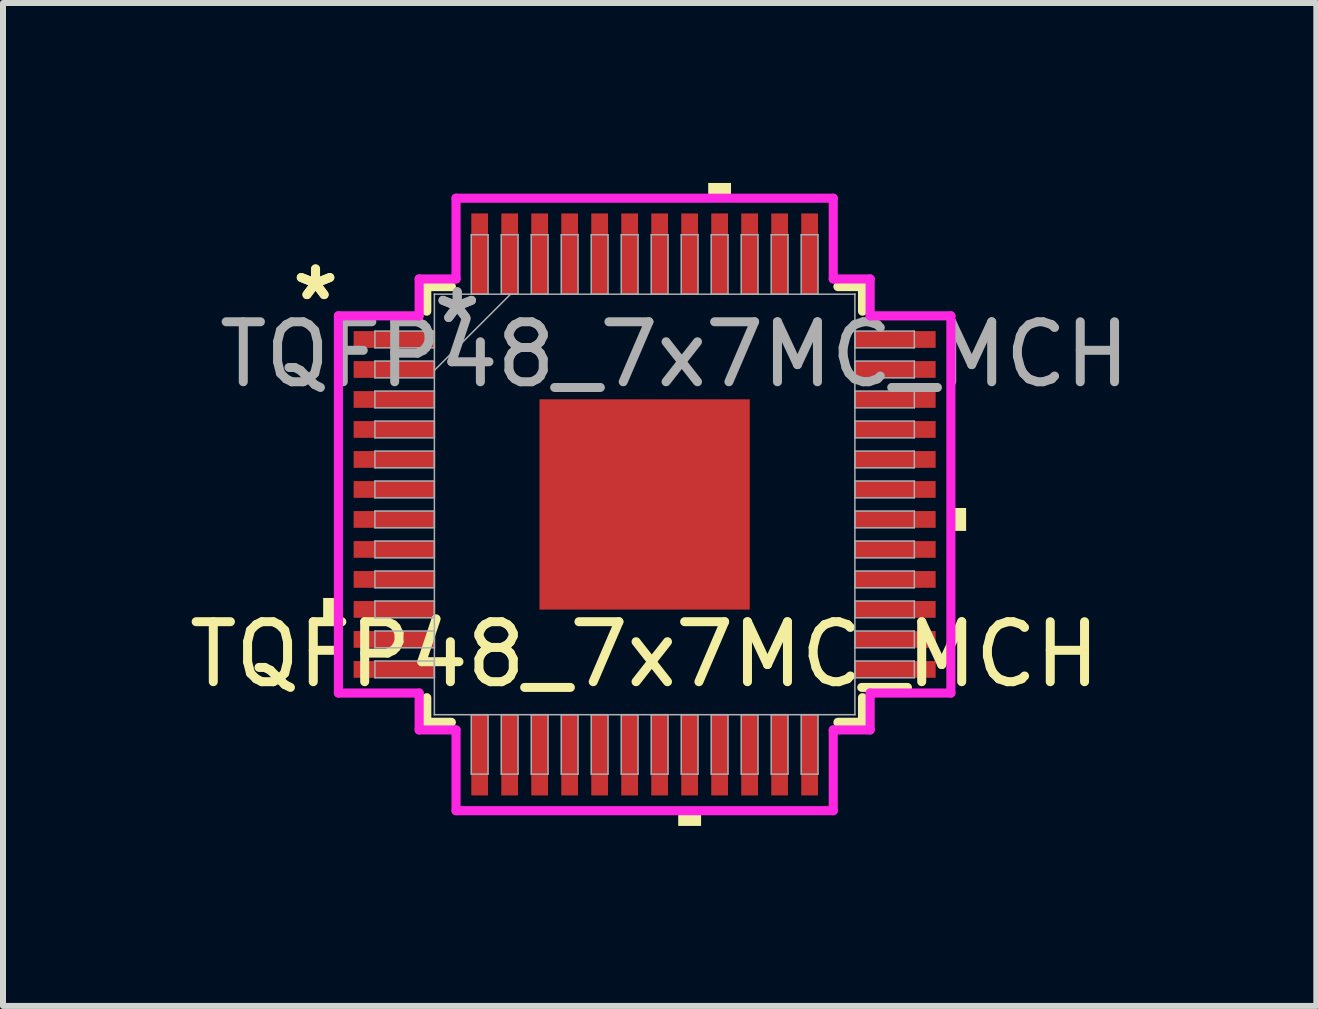
<source format=kicad_pcb>
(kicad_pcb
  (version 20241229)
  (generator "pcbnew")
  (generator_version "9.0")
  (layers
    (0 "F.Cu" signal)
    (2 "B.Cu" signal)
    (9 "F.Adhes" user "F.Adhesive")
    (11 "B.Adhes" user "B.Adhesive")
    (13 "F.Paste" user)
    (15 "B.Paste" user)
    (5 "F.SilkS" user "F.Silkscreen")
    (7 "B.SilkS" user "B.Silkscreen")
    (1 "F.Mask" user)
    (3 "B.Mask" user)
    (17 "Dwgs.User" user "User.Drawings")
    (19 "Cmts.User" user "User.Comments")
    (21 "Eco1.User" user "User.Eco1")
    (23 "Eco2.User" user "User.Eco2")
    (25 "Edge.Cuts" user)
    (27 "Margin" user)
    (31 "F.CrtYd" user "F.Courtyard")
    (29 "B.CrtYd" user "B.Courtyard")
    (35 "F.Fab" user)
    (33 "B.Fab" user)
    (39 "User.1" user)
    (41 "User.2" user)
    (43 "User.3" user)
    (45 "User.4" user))
  (footprint "TQFP48_7x7MC_MCH"
    (layer "F.Cu")
    (at 7.696 5.359)
    (property "Reference" "TQFP48_7x7MC_MCH" (at 0 2.5 0) (unlocked yes) (layer "F.SilkS") (effects (font (size 1 1) (thickness 0.15))))
    (attr smd)
    (fp_line (start -3.632 -3.632) (end -3.632 -3.222) (stroke (width 0.152) (type solid)) (layer "F.SilkS"))
    (fp_line (start -3.632 3.222) (end -3.632 3.632) (stroke (width 0.152) (type solid)) (layer "F.SilkS"))
    (fp_line (start -3.632 3.632) (end -3.222 3.632) (stroke (width 0.152) (type solid)) (layer "F.SilkS"))
    (fp_line (start -3.222 -3.632) (end -3.632 -3.632) (stroke (width 0.152) (type solid)) (layer "F.SilkS"))
    (fp_line (start 3.222 3.632) (end 3.632 3.632) (stroke (width 0.152) (type solid)) (layer "F.SilkS"))
    (fp_line (start 3.632 -3.632) (end 3.222 -3.632) (stroke (width 0.152) (type solid)) (layer "F.SilkS"))
    (fp_line (start 3.632 -3.222) (end 3.632 -3.632) (stroke (width 0.152) (type solid)) (layer "F.SilkS"))
    (fp_line (start 3.632 3.632) (end 3.632 3.222) (stroke (width 0.152) (type solid)) (layer "F.SilkS"))
    (fp_poly (pts (xy -5.359 1.559) (xy -5.359 1.94) (xy -5.105 1.94) (xy -5.105 1.559)) (stroke (width 0) (type solid)) (fill yes) (layer "F.SilkS"))
    (fp_poly (pts (xy 0.56 5.105) (xy 0.56 5.359) (xy 0.941 5.359) (xy 0.941 5.105)) (stroke (width 0) (type solid)) (fill yes) (layer "F.SilkS"))
    (fp_poly (pts (xy 1.06 -5.105) (xy 1.06 -5.359) (xy 1.44 -5.359) (xy 1.44 -5.105)) (stroke (width 0) (type solid)) (fill yes) (layer "F.SilkS"))
    (fp_poly (pts (xy 5.359 0.059) (xy 5.359 0.441) (xy 5.105 0.441) (xy 5.105 0.059)) (stroke (width 0) (type solid)) (fill yes) (layer "F.SilkS"))
    (fp_poly (pts (xy -1.653 -1.653) (xy -1.653 -0.1) (xy -0.1 -0.1) (xy -0.1 -1.653)) (stroke (width 0) (type solid)) (fill yes) (layer "F.Paste"))
    (fp_poly (pts (xy -1.653 0.1) (xy -1.653 1.653) (xy -0.1 1.653) (xy -0.1 0.1)) (stroke (width 0) (type solid)) (fill yes) (layer "F.Paste"))
    (fp_poly (pts (xy 0.1 -1.653) (xy 0.1 -0.1) (xy 1.653 -0.1) (xy 1.653 -1.653)) (stroke (width 0) (type solid)) (fill yes) (layer "F.Paste"))
    (fp_poly (pts (xy 0.1 0.1) (xy 0.1 1.653) (xy 1.653 1.653) (xy 1.653 0.1)) (stroke (width 0) (type solid)) (fill yes) (layer "F.Paste"))
    (fp_line (start -5.105 -3.144) (end -3.759 -3.144) (stroke (width 0.152) (type solid)) (layer "F.CrtYd"))
    (fp_line (start -5.105 3.144) (end -5.105 -3.144) (stroke (width 0.152) (type solid)) (layer "F.CrtYd"))
    (fp_line (start -3.759 -3.759) (end -3.144 -3.759) (stroke (width 0.152) (type solid)) (layer "F.CrtYd"))
    (fp_line (start -3.759 -3.144) (end -3.759 -3.759) (stroke (width 0.152) (type solid)) (layer "F.CrtYd"))
    (fp_line (start -3.759 3.144) (end -5.105 3.144) (stroke (width 0.152) (type solid)) (layer "F.CrtYd"))
    (fp_line (start -3.759 3.759) (end -3.759 3.144) (stroke (width 0.152) (type solid)) (layer "F.CrtYd"))
    (fp_line (start -3.759 3.759) (end -3.144 3.759) (stroke (width 0.152) (type solid)) (layer "F.CrtYd"))
    (fp_line (start -3.144 -5.105) (end 3.144 -5.105) (stroke (width 0.152) (type solid)) (layer "F.CrtYd"))
    (fp_line (start -3.144 -3.759) (end -3.144 -5.105) (stroke (width 0.152) (type solid)) (layer "F.CrtYd"))
    (fp_line (start -3.144 3.759) (end -3.144 5.105) (stroke (width 0.152) (type solid)) (layer "F.CrtYd"))
    (fp_line (start -3.144 5.105) (end 3.144 5.105) (stroke (width 0.152) (type solid)) (layer "F.CrtYd"))
    (fp_line (start 3.144 -5.105) (end 3.144 -3.759) (stroke (width 0.152) (type solid)) (layer "F.CrtYd"))
    (fp_line (start 3.144 -3.759) (end 3.759 -3.759) (stroke (width 0.152) (type solid)) (layer "F.CrtYd"))
    (fp_line (start 3.144 3.759) (end 3.759 3.759) (stroke (width 0.152) (type solid)) (layer "F.CrtYd"))
    (fp_line (start 3.144 5.105) (end 3.144 3.759) (stroke (width 0.152) (type solid)) (layer "F.CrtYd"))
    (fp_line (start 3.759 -3.144) (end 3.759 -3.759) (stroke (width 0.152) (type solid)) (layer "F.CrtYd"))
    (fp_line (start 3.759 3.144) (end 5.105 3.144) (stroke (width 0.152) (type solid)) (layer "F.CrtYd"))
    (fp_line (start 3.759 3.759) (end 3.759 3.144) (stroke (width 0.152) (type solid)) (layer "F.CrtYd"))
    (fp_line (start 5.105 -3.144) (end 3.759 -3.144) (stroke (width 0.152) (type solid)) (layer "F.CrtYd"))
    (fp_line (start 5.105 3.144) (end 5.105 -3.144) (stroke (width 0.152) (type solid)) (layer "F.CrtYd"))
    (fp_line (start -4.496 -2.89) (end -4.496 -2.61) (stroke (width 0.025) (type solid)) (layer "F.Fab"))
    (fp_line (start -4.496 -2.61) (end -3.505 -2.61) (stroke (width 0.025) (type solid)) (layer "F.Fab"))
    (fp_line (start -4.496 -2.39) (end -4.496 -2.11) (stroke (width 0.025) (type solid)) (layer "F.Fab"))
    (fp_line (start -4.496 -2.11) (end -3.505 -2.11) (stroke (width 0.025) (type solid)) (layer "F.Fab"))
    (fp_line (start -4.496 -1.89) (end -4.496 -1.61) (stroke (width 0.025) (type solid)) (layer "F.Fab"))
    (fp_line (start -4.496 -1.61) (end -3.505 -1.61) (stroke (width 0.025) (type solid)) (layer "F.Fab"))
    (fp_line (start -4.496 -1.39) (end -4.496 -1.11) (stroke (width 0.025) (type solid)) (layer "F.Fab"))
    (fp_line (start -4.496 -1.11) (end -3.505 -1.11) (stroke (width 0.025) (type solid)) (layer "F.Fab"))
    (fp_line (start -4.496 -0.89) (end -4.496 -0.61) (stroke (width 0.025) (type solid)) (layer "F.Fab"))
    (fp_line (start -4.496 -0.61) (end -3.505 -0.61) (stroke (width 0.025) (type solid)) (layer "F.Fab"))
    (fp_line (start -4.496 -0.39) (end -4.496 -0.11) (stroke (width 0.025) (type solid)) (layer "F.Fab"))
    (fp_line (start -4.496 -0.11) (end -3.505 -0.11) (stroke (width 0.025) (type solid)) (layer "F.Fab"))
    (fp_line (start -4.496 0.11) (end -4.496 0.39) (stroke (width 0.025) (type solid)) (layer "F.Fab"))
    (fp_line (start -4.496 0.39) (end -3.505 0.39) (stroke (width 0.025) (type solid)) (layer "F.Fab"))
    (fp_line (start -4.496 0.61) (end -4.496 0.89) (stroke (width 0.025) (type solid)) (layer "F.Fab"))
    (fp_line (start -4.496 0.89) (end -3.505 0.89) (stroke (width 0.025) (type solid)) (layer "F.Fab"))
    (fp_line (start -4.496 1.11) (end -4.496 1.39) (stroke (width 0.025) (type solid)) (layer "F.Fab"))
    (fp_line (start -4.496 1.39) (end -3.505 1.39) (stroke (width 0.025) (type solid)) (layer "F.Fab"))
    (fp_line (start -4.496 1.61) (end -4.496 1.89) (stroke (width 0.025) (type solid)) (layer "F.Fab"))
    (fp_line (start -4.496 1.89) (end -3.505 1.89) (stroke (width 0.025) (type solid)) (layer "F.Fab"))
    (fp_line (start -4.496 2.11) (end -4.496 2.39) (stroke (width 0.025) (type solid)) (layer "F.Fab"))
    (fp_line (start -4.496 2.39) (end -3.505 2.39) (stroke (width 0.025) (type solid)) (layer "F.Fab"))
    (fp_line (start -4.496 2.61) (end -4.496 2.89) (stroke (width 0.025) (type solid)) (layer "F.Fab"))
    (fp_line (start -4.496 2.89) (end -3.505 2.89) (stroke (width 0.025) (type solid)) (layer "F.Fab"))
    (fp_line (start -3.505 -3.505) (end -3.505 -3.505) (stroke (width 0.025) (type solid)) (layer "F.Fab"))
    (fp_line (start -3.505 -3.505) (end -3.505 3.505) (stroke (width 0.025) (type solid)) (layer "F.Fab"))
    (fp_line (start -3.505 -2.89) (end -4.496 -2.89) (stroke (width 0.025) (type solid)) (layer "F.Fab"))
    (fp_line (start -3.505 -2.61) (end -3.505 -2.89) (stroke (width 0.025) (type solid)) (layer "F.Fab"))
    (fp_line (start -3.505 -2.39) (end -4.496 -2.39) (stroke (width 0.025) (type solid)) (layer "F.Fab"))
    (fp_line (start -3.505 -2.235) (end -2.235 -3.505) (stroke (width 0.025) (type solid)) (layer "F.Fab"))
    (fp_line (start -3.505 -2.11) (end -3.505 -2.39) (stroke (width 0.025) (type solid)) (layer "F.Fab"))
    (fp_line (start -3.505 -1.89) (end -4.496 -1.89) (stroke (width 0.025) (type solid)) (layer "F.Fab"))
    (fp_line (start -3.505 -1.61) (end -3.505 -1.89) (stroke (width 0.025) (type solid)) (layer "F.Fab"))
    (fp_line (start -3.505 -1.39) (end -4.496 -1.39) (stroke (width 0.025) (type solid)) (layer "F.Fab"))
    (fp_line (start -3.505 -1.11) (end -3.505 -1.39) (stroke (width 0.025) (type solid)) (layer "F.Fab"))
    (fp_line (start -3.505 -0.89) (end -4.496 -0.89) (stroke (width 0.025) (type solid)) (layer "F.Fab"))
    (fp_line (start -3.505 -0.61) (end -3.505 -0.89) (stroke (width 0.025) (type solid)) (layer "F.Fab"))
    (fp_line (start -3.505 -0.39) (end -4.496 -0.39) (stroke (width 0.025) (type solid)) (layer "F.Fab"))
    (fp_line (start -3.505 -0.11) (end -3.505 -0.39) (stroke (width 0.025) (type solid)) (layer "F.Fab"))
    (fp_line (start -3.505 0.11) (end -4.496 0.11) (stroke (width 0.025) (type solid)) (layer "F.Fab"))
    (fp_line (start -3.505 0.39) (end -3.505 0.11) (stroke (width 0.025) (type solid)) (layer "F.Fab"))
    (fp_line (start -3.505 0.61) (end -4.496 0.61) (stroke (width 0.025) (type solid)) (layer "F.Fab"))
    (fp_line (start -3.505 0.89) (end -3.505 0.61) (stroke (width 0.025) (type solid)) (layer "F.Fab"))
    (fp_line (start -3.505 1.11) (end -4.496 1.11) (stroke (width 0.025) (type solid)) (layer "F.Fab"))
    (fp_line (start -3.505 1.39) (end -3.505 1.11) (stroke (width 0.025) (type solid)) (layer "F.Fab"))
    (fp_line (start -3.505 1.61) (end -4.496 1.61) (stroke (width 0.025) (type solid)) (layer "F.Fab"))
    (fp_line (start -3.505 1.89) (end -3.505 1.61) (stroke (width 0.025) (type solid)) (layer "F.Fab"))
    (fp_line (start -3.505 2.11) (end -4.496 2.11) (stroke (width 0.025) (type solid)) (layer "F.Fab"))
    (fp_line (start -3.505 2.39) (end -3.505 2.11) (stroke (width 0.025) (type solid)) (layer "F.Fab"))
    (fp_line (start -3.505 2.61) (end -4.496 2.61) (stroke (width 0.025) (type solid)) (layer "F.Fab"))
    (fp_line (start -3.505 2.89) (end -3.505 2.61) (stroke (width 0.025) (type solid)) (layer "F.Fab"))
    (fp_line (start -3.505 3.505) (end -3.505 3.505) (stroke (width 0.025) (type solid)) (layer "F.Fab"))
    (fp_line (start -3.505 3.505) (end 3.505 3.505) (stroke (width 0.025) (type solid)) (layer "F.Fab"))
    (fp_line (start -2.89 -4.496) (end -2.89 -3.505) (stroke (width 0.025) (type solid)) (layer "F.Fab"))
    (fp_line (start -2.89 -3.505) (end -2.61 -3.505) (stroke (width 0.025) (type solid)) (layer "F.Fab"))
    (fp_line (start -2.89 3.505) (end -2.89 4.496) (stroke (width 0.025) (type solid)) (layer "F.Fab"))
    (fp_line (start -2.89 4.496) (end -2.61 4.496) (stroke (width 0.025) (type solid)) (layer "F.Fab"))
    (fp_line (start -2.61 -4.496) (end -2.89 -4.496) (stroke (width 0.025) (type solid)) (layer "F.Fab"))
    (fp_line (start -2.61 -3.505) (end -2.61 -4.496) (stroke (width 0.025) (type solid)) (layer "F.Fab"))
    (fp_line (start -2.61 3.505) (end -2.89 3.505) (stroke (width 0.025) (type solid)) (layer "F.Fab"))
    (fp_line (start -2.61 4.496) (end -2.61 3.505) (stroke (width 0.025) (type solid)) (layer "F.Fab"))
    (fp_line (start -2.39 -4.496) (end -2.39 -3.505) (stroke (width 0.025) (type solid)) (layer "F.Fab"))
    (fp_line (start -2.39 -3.505) (end -2.11 -3.505) (stroke (width 0.025) (type solid)) (layer "F.Fab"))
    (fp_line (start -2.39 3.505) (end -2.39 4.496) (stroke (width 0.025) (type solid)) (layer "F.Fab"))
    (fp_line (start -2.39 4.496) (end -2.11 4.496) (stroke (width 0.025) (type solid)) (layer "F.Fab"))
    (fp_line (start -2.11 -4.496) (end -2.39 -4.496) (stroke (width 0.025) (type solid)) (layer "F.Fab"))
    (fp_line (start -2.11 -3.505) (end -2.11 -4.496) (stroke (width 0.025) (type solid)) (layer "F.Fab"))
    (fp_line (start -2.11 3.505) (end -2.39 3.505) (stroke (width 0.025) (type solid)) (layer "F.Fab"))
    (fp_line (start -2.11 4.496) (end -2.11 3.505) (stroke (width 0.025) (type solid)) (layer "F.Fab"))
    (fp_line (start -1.89 -4.496) (end -1.89 -3.505) (stroke (width 0.025) (type solid)) (layer "F.Fab"))
    (fp_line (start -1.89 -3.505) (end -1.61 -3.505) (stroke (width 0.025) (type solid)) (layer "F.Fab"))
    (fp_line (start -1.89 3.505) (end -1.89 4.496) (stroke (width 0.025) (type solid)) (layer "F.Fab"))
    (fp_line (start -1.89 4.496) (end -1.61 4.496) (stroke (width 0.025) (type solid)) (layer "F.Fab"))
    (fp_line (start -1.61 -4.496) (end -1.89 -4.496) (stroke (width 0.025) (type solid)) (layer "F.Fab"))
    (fp_line (start -1.61 -3.505) (end -1.61 -4.496) (stroke (width 0.025) (type solid)) (layer "F.Fab"))
    (fp_line (start -1.61 3.505) (end -1.89 3.505) (stroke (width 0.025) (type solid)) (layer "F.Fab"))
    (fp_line (start -1.61 4.496) (end -1.61 3.505) (stroke (width 0.025) (type solid)) (layer "F.Fab"))
    (fp_line (start -1.39 -4.496) (end -1.39 -3.505) (stroke (width 0.025) (type solid)) (layer "F.Fab"))
    (fp_line (start -1.39 -3.505) (end -1.11 -3.505) (stroke (width 0.025) (type solid)) (layer "F.Fab"))
    (fp_line (start -1.39 3.505) (end -1.39 4.496) (stroke (width 0.025) (type solid)) (layer "F.Fab"))
    (fp_line (start -1.39 4.496) (end -1.11 4.496) (stroke (width 0.025) (type solid)) (layer "F.Fab"))
    (fp_line (start -1.11 -4.496) (end -1.39 -4.496) (stroke (width 0.025) (type solid)) (layer "F.Fab"))
    (fp_line (start -1.11 -3.505) (end -1.11 -4.496) (stroke (width 0.025) (type solid)) (layer "F.Fab"))
    (fp_line (start -1.11 3.505) (end -1.39 3.505) (stroke (width 0.025) (type solid)) (layer "F.Fab"))
    (fp_line (start -1.11 4.496) (end -1.11 3.505) (stroke (width 0.025) (type solid)) (layer "F.Fab"))
    (fp_line (start -0.89 -4.496) (end -0.89 -3.505) (stroke (width 0.025) (type solid)) (layer "F.Fab"))
    (fp_line (start -0.89 -3.505) (end -0.61 -3.505) (stroke (width 0.025) (type solid)) (layer "F.Fab"))
    (fp_line (start -0.89 3.505) (end -0.89 4.496) (stroke (width 0.025) (type solid)) (layer "F.Fab"))
    (fp_line (start -0.89 4.496) (end -0.61 4.496) (stroke (width 0.025) (type solid)) (layer "F.Fab"))
    (fp_line (start -0.61 -4.496) (end -0.89 -4.496) (stroke (width 0.025) (type solid)) (layer "F.Fab"))
    (fp_line (start -0.61 -3.505) (end -0.61 -4.496) (stroke (width 0.025) (type solid)) (layer "F.Fab"))
    (fp_line (start -0.61 3.505) (end -0.89 3.505) (stroke (width 0.025) (type solid)) (layer "F.Fab"))
    (fp_line (start -0.61 4.496) (end -0.61 3.505) (stroke (width 0.025) (type solid)) (layer "F.Fab"))
    (fp_line (start -0.39 -4.496) (end -0.39 -3.505) (stroke (width 0.025) (type solid)) (layer "F.Fab"))
    (fp_line (start -0.39 -3.505) (end -0.11 -3.505) (stroke (width 0.025) (type solid)) (layer "F.Fab"))
    (fp_line (start -0.39 3.505) (end -0.39 4.496) (stroke (width 0.025) (type solid)) (layer "F.Fab"))
    (fp_line (start -0.39 4.496) (end -0.11 4.496) (stroke (width 0.025) (type solid)) (layer "F.Fab"))
    (fp_line (start -0.11 -4.496) (end -0.39 -4.496) (stroke (width 0.025) (type solid)) (layer "F.Fab"))
    (fp_line (start -0.11 -3.505) (end -0.11 -4.496) (stroke (width 0.025) (type solid)) (layer "F.Fab"))
    (fp_line (start -0.11 3.505) (end -0.39 3.505) (stroke (width 0.025) (type solid)) (layer "F.Fab"))
    (fp_line (start -0.11 4.496) (end -0.11 3.505) (stroke (width 0.025) (type solid)) (layer "F.Fab"))
    (fp_line (start 0.11 -4.496) (end 0.11 -3.505) (stroke (width 0.025) (type solid)) (layer "F.Fab"))
    (fp_line (start 0.11 -3.505) (end 0.39 -3.505) (stroke (width 0.025) (type solid)) (layer "F.Fab"))
    (fp_line (start 0.11 3.505) (end 0.11 4.496) (stroke (width 0.025) (type solid)) (layer "F.Fab"))
    (fp_line (start 0.11 4.496) (end 0.39 4.496) (stroke (width 0.025) (type solid)) (layer "F.Fab"))
    (fp_line (start 0.39 -4.496) (end 0.11 -4.496) (stroke (width 0.025) (type solid)) (layer "F.Fab"))
    (fp_line (start 0.39 -3.505) (end 0.39 -4.496) (stroke (width 0.025) (type solid)) (layer "F.Fab"))
    (fp_line (start 0.39 3.505) (end 0.11 3.505) (stroke (width 0.025) (type solid)) (layer "F.Fab"))
    (fp_line (start 0.39 4.496) (end 0.39 3.505) (stroke (width 0.025) (type solid)) (layer "F.Fab"))
    (fp_line (start 0.61 -4.496) (end 0.61 -3.505) (stroke (width 0.025) (type solid)) (layer "F.Fab"))
    (fp_line (start 0.61 -3.505) (end 0.89 -3.505) (stroke (width 0.025) (type solid)) (layer "F.Fab"))
    (fp_line (start 0.61 3.505) (end 0.61 4.496) (stroke (width 0.025) (type solid)) (layer "F.Fab"))
    (fp_line (start 0.61 4.496) (end 0.89 4.496) (stroke (width 0.025) (type solid)) (layer "F.Fab"))
    (fp_line (start 0.89 -4.496) (end 0.61 -4.496) (stroke (width 0.025) (type solid)) (layer "F.Fab"))
    (fp_line (start 0.89 -3.505) (end 0.89 -4.496) (stroke (width 0.025) (type solid)) (layer "F.Fab"))
    (fp_line (start 0.89 3.505) (end 0.61 3.505) (stroke (width 0.025) (type solid)) (layer "F.Fab"))
    (fp_line (start 0.89 4.496) (end 0.89 3.505) (stroke (width 0.025) (type solid)) (layer "F.Fab"))
    (fp_line (start 1.11 -4.496) (end 1.11 -3.505) (stroke (width 0.025) (type solid)) (layer "F.Fab"))
    (fp_line (start 1.11 -3.505) (end 1.39 -3.505) (stroke (width 0.025) (type solid)) (layer "F.Fab"))
    (fp_line (start 1.11 3.505) (end 1.11 4.496) (stroke (width 0.025) (type solid)) (layer "F.Fab"))
    (fp_line (start 1.11 4.496) (end 1.39 4.496) (stroke (width 0.025) (type solid)) (layer "F.Fab"))
    (fp_line (start 1.39 -4.496) (end 1.11 -4.496) (stroke (width 0.025) (type solid)) (layer "F.Fab"))
    (fp_line (start 1.39 -3.505) (end 1.39 -4.496) (stroke (width 0.025) (type solid)) (layer "F.Fab"))
    (fp_line (start 1.39 3.505) (end 1.11 3.505) (stroke (width 0.025) (type solid)) (layer "F.Fab"))
    (fp_line (start 1.39 4.496) (end 1.39 3.505) (stroke (width 0.025) (type solid)) (layer "F.Fab"))
    (fp_line (start 1.61 -4.496) (end 1.61 -3.505) (stroke (width 0.025) (type solid)) (layer "F.Fab"))
    (fp_line (start 1.61 -3.505) (end 1.89 -3.505) (stroke (width 0.025) (type solid)) (layer "F.Fab"))
    (fp_line (start 1.61 3.505) (end 1.61 4.496) (stroke (width 0.025) (type solid)) (layer "F.Fab"))
    (fp_line (start 1.61 4.496) (end 1.89 4.496) (stroke (width 0.025) (type solid)) (layer "F.Fab"))
    (fp_line (start 1.89 -4.496) (end 1.61 -4.496) (stroke (width 0.025) (type solid)) (layer "F.Fab"))
    (fp_line (start 1.89 -3.505) (end 1.89 -4.496) (stroke (width 0.025) (type solid)) (layer "F.Fab"))
    (fp_line (start 1.89 3.505) (end 1.61 3.505) (stroke (width 0.025) (type solid)) (layer "F.Fab"))
    (fp_line (start 1.89 4.496) (end 1.89 3.505) (stroke (width 0.025) (type solid)) (layer "F.Fab"))
    (fp_line (start 2.11 -4.496) (end 2.11 -3.505) (stroke (width 0.025) (type solid)) (layer "F.Fab"))
    (fp_line (start 2.11 -3.505) (end 2.39 -3.505) (stroke (width 0.025) (type solid)) (layer "F.Fab"))
    (fp_line (start 2.11 3.505) (end 2.11 4.496) (stroke (width 0.025) (type solid)) (layer "F.Fab"))
    (fp_line (start 2.11 4.496) (end 2.39 4.496) (stroke (width 0.025) (type solid)) (layer "F.Fab"))
    (fp_line (start 2.39 -4.496) (end 2.11 -4.496) (stroke (width 0.025) (type solid)) (layer "F.Fab"))
    (fp_line (start 2.39 -3.505) (end 2.39 -4.496) (stroke (width 0.025) (type solid)) (layer "F.Fab"))
    (fp_line (start 2.39 3.505) (end 2.11 3.505) (stroke (width 0.025) (type solid)) (layer "F.Fab"))
    (fp_line (start 2.39 4.496) (end 2.39 3.505) (stroke (width 0.025) (type solid)) (layer "F.Fab"))
    (fp_line (start 2.61 -4.496) (end 2.61 -3.505) (stroke (width 0.025) (type solid)) (layer "F.Fab"))
    (fp_line (start 2.61 -3.505) (end 2.89 -3.505) (stroke (width 0.025) (type solid)) (layer "F.Fab"))
    (fp_line (start 2.61 3.505) (end 2.61 4.496) (stroke (width 0.025) (type solid)) (layer "F.Fab"))
    (fp_line (start 2.61 4.496) (end 2.89 4.496) (stroke (width 0.025) (type solid)) (layer "F.Fab"))
    (fp_line (start 2.89 -4.496) (end 2.61 -4.496) (stroke (width 0.025) (type solid)) (layer "F.Fab"))
    (fp_line (start 2.89 -3.505) (end 2.89 -4.496) (stroke (width 0.025) (type solid)) (layer "F.Fab"))
    (fp_line (start 2.89 3.505) (end 2.61 3.505) (stroke (width 0.025) (type solid)) (layer "F.Fab"))
    (fp_line (start 2.89 4.496) (end 2.89 3.505) (stroke (width 0.025) (type solid)) (layer "F.Fab"))
    (fp_line (start 3.505 -3.505) (end -3.505 -3.505) (stroke (width 0.025) (type solid)) (layer "F.Fab"))
    (fp_line (start 3.505 -3.505) (end 3.505 -3.505) (stroke (width 0.025) (type solid)) (layer "F.Fab"))
    (fp_line (start 3.505 -2.89) (end 3.505 -2.61) (stroke (width 0.025) (type solid)) (layer "F.Fab"))
    (fp_line (start 3.505 -2.61) (end 4.496 -2.61) (stroke (width 0.025) (type solid)) (layer "F.Fab"))
    (fp_line (start 3.505 -2.39) (end 3.505 -2.11) (stroke (width 0.025) (type solid)) (layer "F.Fab"))
    (fp_line (start 3.505 -2.11) (end 4.496 -2.11) (stroke (width 0.025) (type solid)) (layer "F.Fab"))
    (fp_line (start 3.505 -1.89) (end 3.505 -1.61) (stroke (width 0.025) (type solid)) (layer "F.Fab"))
    (fp_line (start 3.505 -1.61) (end 4.496 -1.61) (stroke (width 0.025) (type solid)) (layer "F.Fab"))
    (fp_line (start 3.505 -1.39) (end 3.505 -1.11) (stroke (width 0.025) (type solid)) (layer "F.Fab"))
    (fp_line (start 3.505 -1.11) (end 4.496 -1.11) (stroke (width 0.025) (type solid)) (layer "F.Fab"))
    (fp_line (start 3.505 -0.89) (end 3.505 -0.61) (stroke (width 0.025) (type solid)) (layer "F.Fab"))
    (fp_line (start 3.505 -0.61) (end 4.496 -0.61) (stroke (width 0.025) (type solid)) (layer "F.Fab"))
    (fp_line (start 3.505 -0.39) (end 3.505 -0.11) (stroke (width 0.025) (type solid)) (layer "F.Fab"))
    (fp_line (start 3.505 -0.11) (end 4.496 -0.11) (stroke (width 0.025) (type solid)) (layer "F.Fab"))
    (fp_line (start 3.505 0.11) (end 3.505 0.39) (stroke (width 0.025) (type solid)) (layer "F.Fab"))
    (fp_line (start 3.505 0.39) (end 4.496 0.39) (stroke (width 0.025) (type solid)) (layer "F.Fab"))
    (fp_line (start 3.505 0.61) (end 3.505 0.89) (stroke (width 0.025) (type solid)) (layer "F.Fab"))
    (fp_line (start 3.505 0.89) (end 4.496 0.89) (stroke (width 0.025) (type solid)) (layer "F.Fab"))
    (fp_line (start 3.505 1.11) (end 3.505 1.39) (stroke (width 0.025) (type solid)) (layer "F.Fab"))
    (fp_line (start 3.505 1.39) (end 4.496 1.39) (stroke (width 0.025) (type solid)) (layer "F.Fab"))
    (fp_line (start 3.505 1.61) (end 3.505 1.89) (stroke (width 0.025) (type solid)) (layer "F.Fab"))
    (fp_line (start 3.505 1.89) (end 4.496 1.89) (stroke (width 0.025) (type solid)) (layer "F.Fab"))
    (fp_line (start 3.505 2.11) (end 3.505 2.39) (stroke (width 0.025) (type solid)) (layer "F.Fab"))
    (fp_line (start 3.505 2.39) (end 4.496 2.39) (stroke (width 0.025) (type solid)) (layer "F.Fab"))
    (fp_line (start 3.505 2.61) (end 3.505 2.89) (stroke (width 0.025) (type solid)) (layer "F.Fab"))
    (fp_line (start 3.505 2.89) (end 4.496 2.89) (stroke (width 0.025) (type solid)) (layer "F.Fab"))
    (fp_line (start 3.505 3.505) (end 3.505 -3.505) (stroke (width 0.025) (type solid)) (layer "F.Fab"))
    (fp_line (start 3.505 3.505) (end 3.505 3.505) (stroke (width 0.025) (type solid)) (layer "F.Fab"))
    (fp_line (start 4.496 -2.89) (end 3.505 -2.89) (stroke (width 0.025) (type solid)) (layer "F.Fab"))
    (fp_line (start 4.496 -2.61) (end 4.496 -2.89) (stroke (width 0.025) (type solid)) (layer "F.Fab"))
    (fp_line (start 4.496 -2.39) (end 3.505 -2.39) (stroke (width 0.025) (type solid)) (layer "F.Fab"))
    (fp_line (start 4.496 -2.11) (end 4.496 -2.39) (stroke (width 0.025) (type solid)) (layer "F.Fab"))
    (fp_line (start 4.496 -1.89) (end 3.505 -1.89) (stroke (width 0.025) (type solid)) (layer "F.Fab"))
    (fp_line (start 4.496 -1.61) (end 4.496 -1.89) (stroke (width 0.025) (type solid)) (layer "F.Fab"))
    (fp_line (start 4.496 -1.39) (end 3.505 -1.39) (stroke (width 0.025) (type solid)) (layer "F.Fab"))
    (fp_line (start 4.496 -1.11) (end 4.496 -1.39) (stroke (width 0.025) (type solid)) (layer "F.Fab"))
    (fp_line (start 4.496 -0.89) (end 3.505 -0.89) (stroke (width 0.025) (type solid)) (layer "F.Fab"))
    (fp_line (start 4.496 -0.61) (end 4.496 -0.89) (stroke (width 0.025) (type solid)) (layer "F.Fab"))
    (fp_line (start 4.496 -0.39) (end 3.505 -0.39) (stroke (width 0.025) (type solid)) (layer "F.Fab"))
    (fp_line (start 4.496 -0.11) (end 4.496 -0.39) (stroke (width 0.025) (type solid)) (layer "F.Fab"))
    (fp_line (start 4.496 0.11) (end 3.505 0.11) (stroke (width 0.025) (type solid)) (layer "F.Fab"))
    (fp_line (start 4.496 0.39) (end 4.496 0.11) (stroke (width 0.025) (type solid)) (layer "F.Fab"))
    (fp_line (start 4.496 0.61) (end 3.505 0.61) (stroke (width 0.025) (type solid)) (layer "F.Fab"))
    (fp_line (start 4.496 0.89) (end 4.496 0.61) (stroke (width 0.025) (type solid)) (layer "F.Fab"))
    (fp_line (start 4.496 1.11) (end 3.505 1.11) (stroke (width 0.025) (type solid)) (layer "F.Fab"))
    (fp_line (start 4.496 1.39) (end 4.496 1.11) (stroke (width 0.025) (type solid)) (layer "F.Fab"))
    (fp_line (start 4.496 1.61) (end 3.505 1.61) (stroke (width 0.025) (type solid)) (layer "F.Fab"))
    (fp_line (start 4.496 1.89) (end 4.496 1.61) (stroke (width 0.025) (type solid)) (layer "F.Fab"))
    (fp_line (start 4.496 2.11) (end 3.505 2.11) (stroke (width 0.025) (type solid)) (layer "F.Fab"))
    (fp_line (start 4.496 2.39) (end 4.496 2.11) (stroke (width 0.025) (type solid)) (layer "F.Fab"))
    (fp_line (start 4.496 2.61) (end 3.505 2.61) (stroke (width 0.025) (type solid)) (layer "F.Fab"))
    (fp_line (start 4.496 2.89) (end 4.496 2.61) (stroke (width 0.025) (type solid)) (layer "F.Fab"))
    (fp_text user "*" (at -5.486 -3.381 0) (unlocked yes) (layer "F.SilkS") (effects (font (size 1 1) (thickness 0.15))))
    (fp_text user "*" (at -5.486 -3.381 0) (layer "F.SilkS") (effects (font (size 1 1) (thickness 0.15))))
    (fp_text user "${REFERENCE}" (at 0.5 -2.5 0) (unlocked yes) (layer "F.Fab") (effects (font (size 1 1) (thickness 0.15))))
    (fp_text user "*" (at -3.124 -3 0) (unlocked yes) (layer "F.Fab") (effects (font (size 1 1) (thickness 0.15))))
    (fp_text user "*" (at -3.124 -3 0) (layer "F.Fab") (effects (font (size 1 1) (thickness 0.15))))
    (pad "1" smd rect (at -4.178 -2.75 90) (size 0.279 1.346) (layers "F.Cu" "F.Mask" "F.Paste"))
    (pad "2" smd rect (at -4.178 -2.25 90) (size 0.279 1.346) (layers "F.Cu" "F.Mask" "F.Paste"))
    (pad "3" smd rect (at -4.178 -1.75 90) (size 0.279 1.346) (layers "F.Cu" "F.Mask" "F.Paste"))
    (pad "4" smd rect (at -4.178 -1.25 90) (size 0.279 1.346) (layers "F.Cu" "F.Mask" "F.Paste"))
    (pad "5" smd rect (at -4.178 -0.75 90) (size 0.279 1.346) (layers "F.Cu" "F.Mask" "F.Paste"))
    (pad "6" smd rect (at -4.178 -0.25 90) (size 0.279 1.346) (layers "F.Cu" "F.Mask" "F.Paste"))
    (pad "7" smd rect (at -4.178 0.25 90) (size 0.279 1.346) (layers "F.Cu" "F.Mask" "F.Paste"))
    (pad "8" smd rect (at -4.178 0.75 90) (size 0.279 1.346) (layers "F.Cu" "F.Mask" "F.Paste"))
    (pad "9" smd rect (at -4.178 1.25 90) (size 0.279 1.346) (layers "F.Cu" "F.Mask" "F.Paste"))
    (pad "10" smd rect (at -4.178 1.75 90) (size 0.279 1.346) (layers "F.Cu" "F.Mask" "F.Paste"))
    (pad "11" smd rect (at -4.178 2.25 90) (size 0.279 1.346) (layers "F.Cu" "F.Mask" "F.Paste"))
    (pad "12" smd rect (at -4.178 2.75 90) (size 0.279 1.346) (layers "F.Cu" "F.Mask" "F.Paste"))
    (pad "13" smd rect (at -2.75 4.178) (size 0.279 1.346) (layers "F.Cu" "F.Mask" "F.Paste"))
    (pad "14" smd rect (at -2.25 4.178) (size 0.279 1.346) (layers "F.Cu" "F.Mask" "F.Paste"))
    (pad "15" smd rect (at -1.75 4.178) (size 0.279 1.346) (layers "F.Cu" "F.Mask" "F.Paste"))
    (pad "16" smd rect (at -1.25 4.178) (size 0.279 1.346) (layers "F.Cu" "F.Mask" "F.Paste"))
    (pad "17" smd rect (at -0.75 4.178) (size 0.279 1.346) (layers "F.Cu" "F.Mask" "F.Paste"))
    (pad "18" smd rect (at -0.25 4.178) (size 0.279 1.346) (layers "F.Cu" "F.Mask" "F.Paste"))
    (pad "19" smd rect (at 0.25 4.178) (size 0.279 1.346) (layers "F.Cu" "F.Mask" "F.Paste"))
    (pad "20" smd rect (at 0.75 4.178) (size 0.279 1.346) (layers "F.Cu" "F.Mask" "F.Paste"))
    (pad "21" smd rect (at 1.25 4.178) (size 0.279 1.346) (layers "F.Cu" "F.Mask" "F.Paste"))
    (pad "22" smd rect (at 1.75 4.178) (size 0.279 1.346) (layers "F.Cu" "F.Mask" "F.Paste"))
    (pad "23" smd rect (at 2.25 4.178) (size 0.279 1.346) (layers "F.Cu" "F.Mask" "F.Paste"))
    (pad "24" smd rect (at 2.75 4.178) (size 0.279 1.346) (layers "F.Cu" "F.Mask" "F.Paste"))
    (pad "25" smd rect (at 4.178 2.75 90) (size 0.279 1.346) (layers "F.Cu" "F.Mask" "F.Paste"))
    (pad "26" smd rect (at 4.178 2.25 90) (size 0.279 1.346) (layers "F.Cu" "F.Mask" "F.Paste"))
    (pad "27" smd rect (at 4.178 1.75 90) (size 0.279 1.346) (layers "F.Cu" "F.Mask" "F.Paste"))
    (pad "28" smd rect (at 4.178 1.25 90) (size 0.279 1.346) (layers "F.Cu" "F.Mask" "F.Paste"))
    (pad "29" smd rect (at 4.178 0.75 90) (size 0.279 1.346) (layers "F.Cu" "F.Mask" "F.Paste"))
    (pad "30" smd rect (at 4.178 0.25 90) (size 0.279 1.346) (layers "F.Cu" "F.Mask" "F.Paste"))
    (pad "31" smd rect (at 4.178 -0.25 90) (size 0.279 1.346) (layers "F.Cu" "F.Mask" "F.Paste"))
    (pad "32" smd rect (at 4.178 -0.75 90) (size 0.279 1.346) (layers "F.Cu" "F.Mask" "F.Paste"))
    (pad "33" smd rect (at 4.178 -1.25 90) (size 0.279 1.346) (layers "F.Cu" "F.Mask" "F.Paste"))
    (pad "34" smd rect (at 4.178 -1.75 90) (size 0.279 1.346) (layers "F.Cu" "F.Mask" "F.Paste"))
    (pad "35" smd rect (at 4.178 -2.25 90) (size 0.279 1.346) (layers "F.Cu" "F.Mask" "F.Paste"))
    (pad "36" smd rect (at 4.178 -2.75 90) (size 0.279 1.346) (layers "F.Cu" "F.Mask" "F.Paste"))
    (pad "37" smd rect (at 2.75 -4.178) (size 0.279 1.346) (layers "F.Cu" "F.Mask" "F.Paste"))
    (pad "38" smd rect (at 2.25 -4.178) (size 0.279 1.346) (layers "F.Cu" "F.Mask" "F.Paste"))
    (pad "39" smd rect (at 1.75 -4.178) (size 0.279 1.346) (layers "F.Cu" "F.Mask" "F.Paste"))
    (pad "40" smd rect (at 1.25 -4.178) (size 0.279 1.346) (layers "F.Cu" "F.Mask" "F.Paste"))
    (pad "41" smd rect (at 0.75 -4.178) (size 0.279 1.346) (layers "F.Cu" "F.Mask" "F.Paste"))
    (pad "42" smd rect (at 0.25 -4.178) (size 0.279 1.346) (layers "F.Cu" "F.Mask" "F.Paste"))
    (pad "43" smd rect (at -0.25 -4.178) (size 0.279 1.346) (layers "F.Cu" "F.Mask" "F.Paste"))
    (pad "44" smd rect (at -0.75 -4.178) (size 0.279 1.346) (layers "F.Cu" "F.Mask" "F.Paste"))
    (pad "45" smd rect (at -1.25 -4.178) (size 0.279 1.346) (layers "F.Cu" "F.Mask" "F.Paste"))
    (pad "46" smd rect (at -1.75 -4.178) (size 0.279 1.346) (layers "F.Cu" "F.Mask" "F.Paste"))
    (pad "47" smd rect (at -2.25 -4.178) (size 0.279 1.346) (layers "F.Cu" "F.Mask" "F.Paste"))
    (pad "48" smd rect (at -2.75 -4.178) (size 0.279 1.346) (layers "F.Cu" "F.Mask" "F.Paste"))
    (pad "EPAD" smd rect (at 0 0) (size 3.505 3.505) (layers "F.Cu" "F.Mask")))
  (gr_rect
    (start -3 -3)
    (end 18.893 13.719)
    (stroke (width 0.1) (type default))
    (fill no)
    (layer "Edge.Cuts")))
</source>
